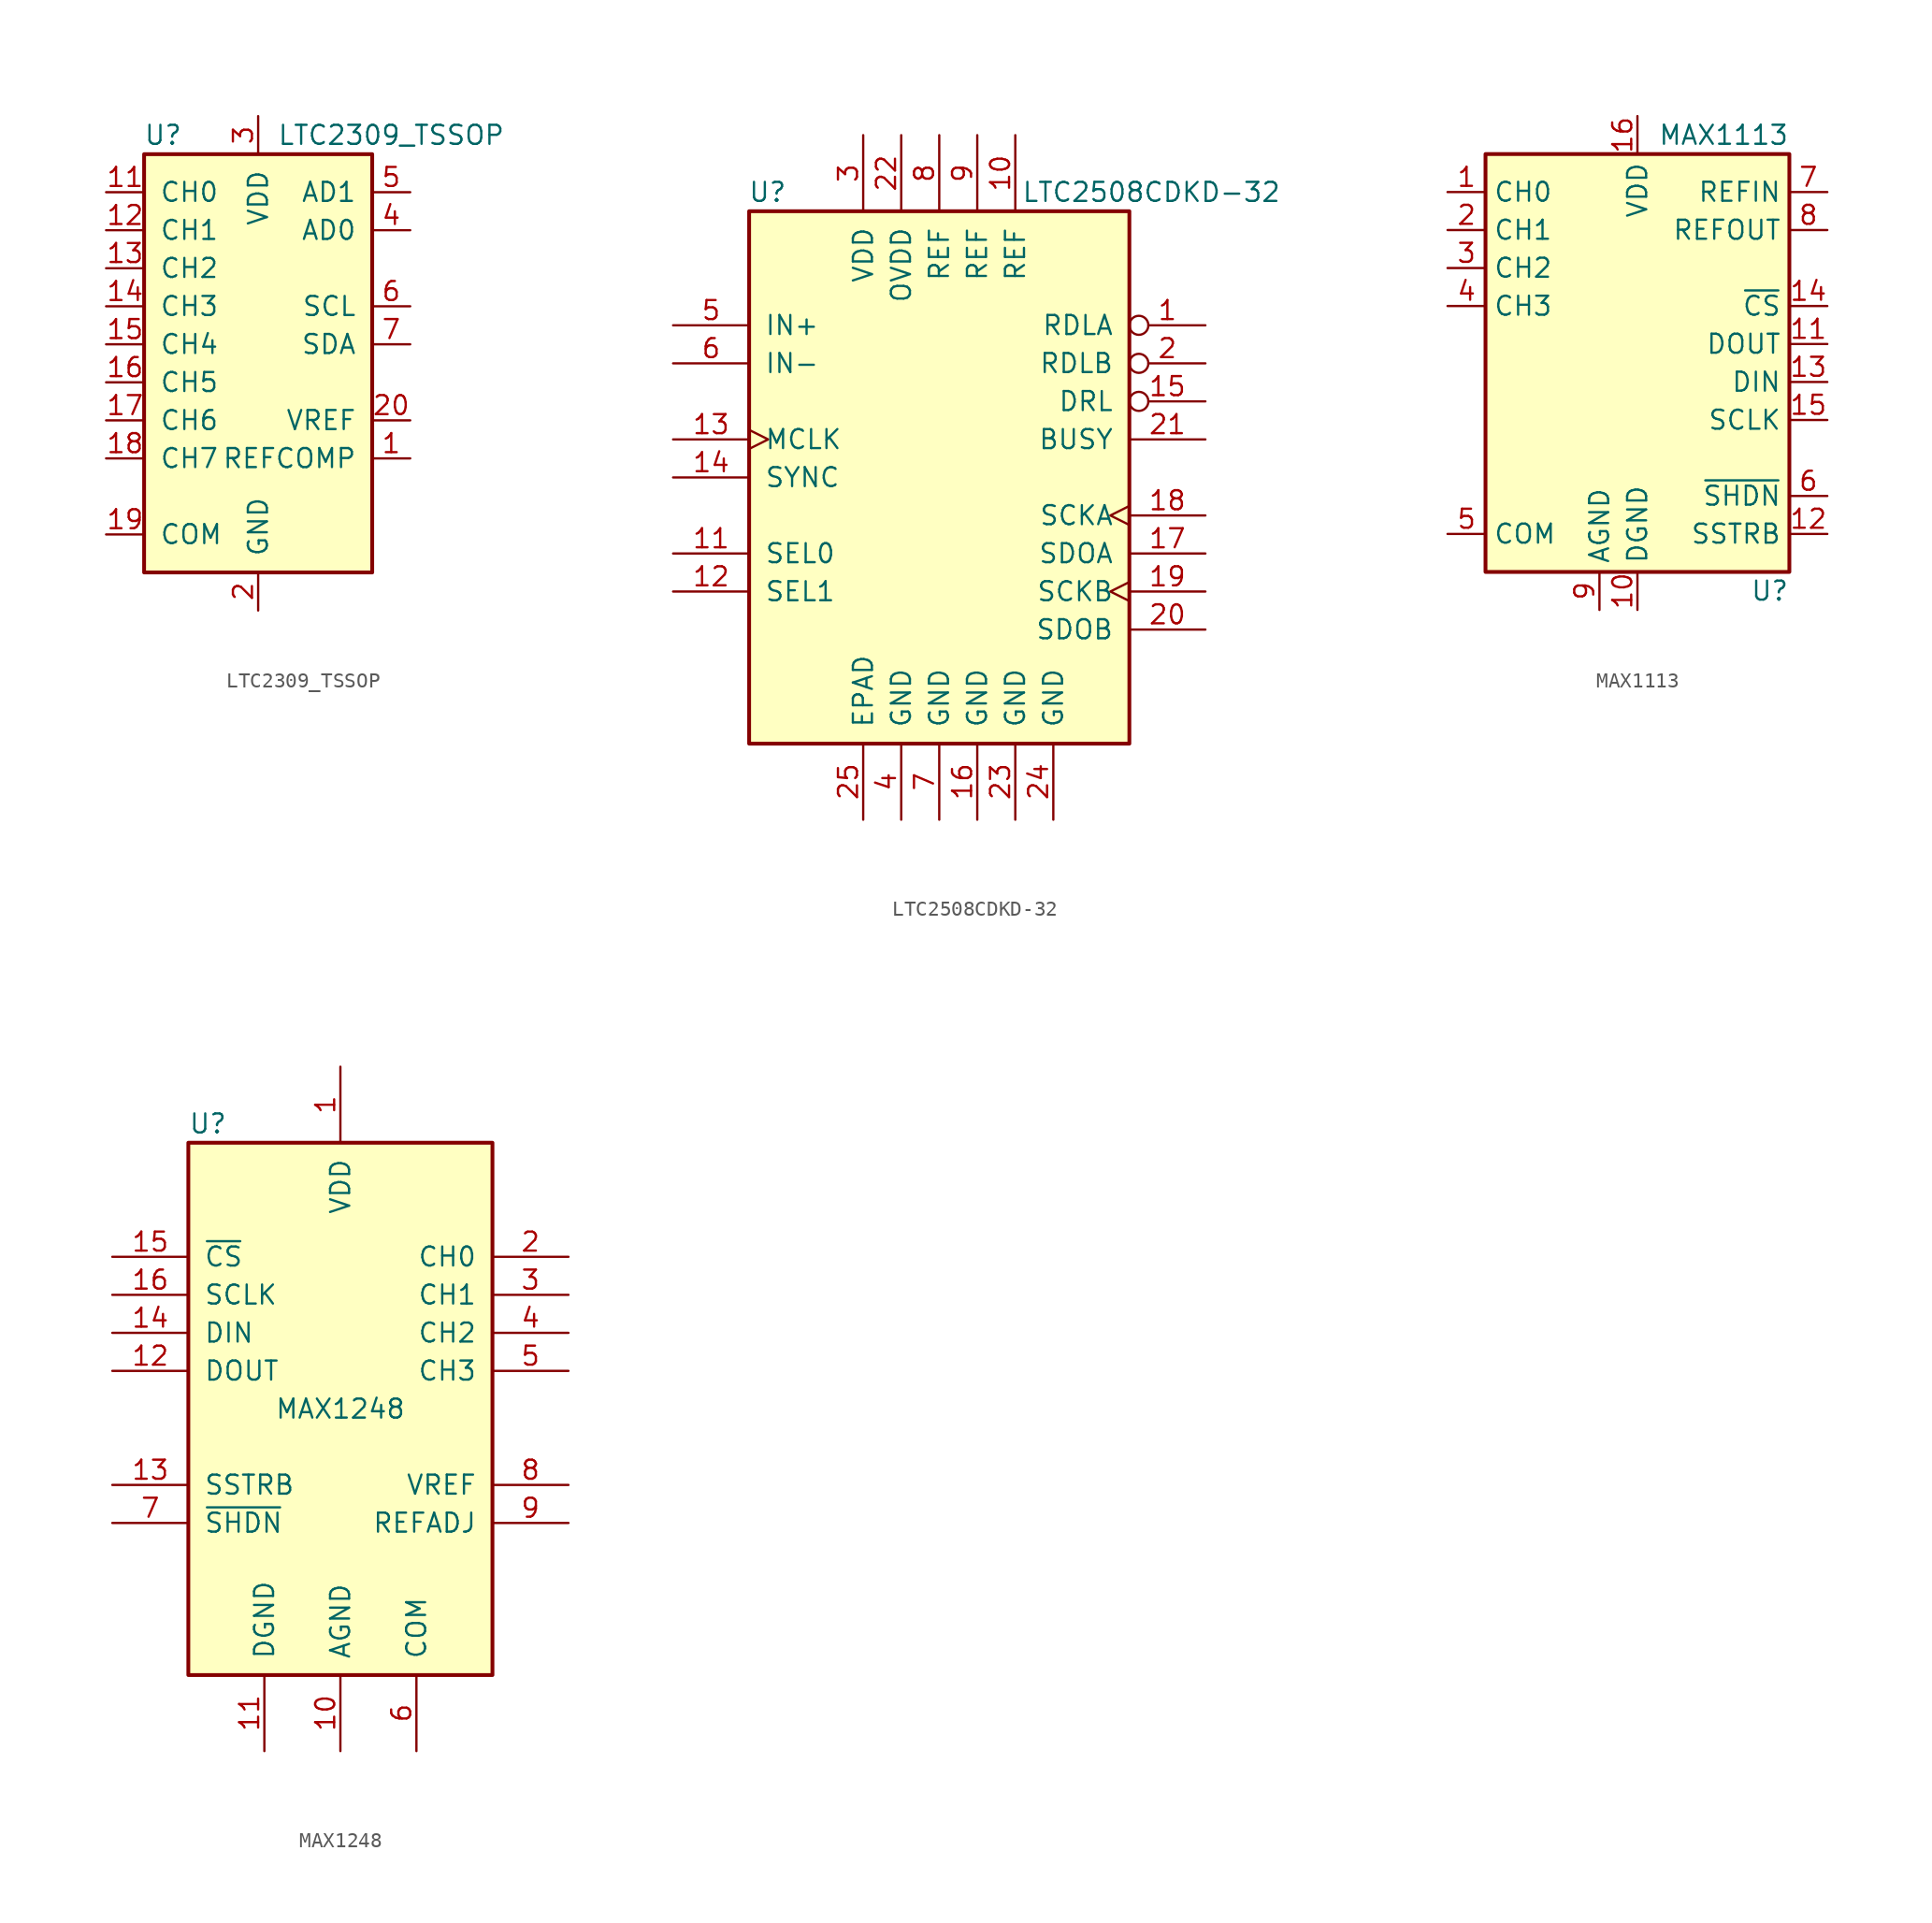
<source format=kicad_sym>
(kicad_symbol_lib
  (version 20201005)
  (generator kicad_symbol_editor)
  (symbol "LTC2309_TSSOP"
    (pin_names
      (offset 1.016))
    (property "Reference" "U"
      (at -6.35 13.97 0)
      (effects (font (size 1.27 1.27))))
    (property "Value" "LTC2309_TSSOP"
      (at 8.89 13.97 0)
      (effects (font (size 1.27 1.27))))
    (symbol "LTC2309_TSSOP_0_1"
      (rectangle (start -7.62 12.7) (end 7.62 -15.24) (stroke (width 0.254)) (fill (type background)))
      (pin input line (at -10.16 -2.54 0) (length 2.54) (name "CH5" (effects (font (size 1.27 1.27)))) (number "16" (effects (font (size 1.27 1.27))))))
    (symbol "LTC2309_TSSOP_1_1"
      (pin input line (at 10.16 -7.62 180) (length 2.54) (name "REFCOMP" (effects (font (size 1.27 1.27)))) (number "1" (effects (font (size 1.27 1.27)))))
      (pin passive line (at 0 15.24 270) (length 2.54) hide (name "VDD" (effects (font (size 1.27 1.27)))) (number "10" (effects (font (size 1.27 1.27)))))
      (pin input line (at -10.16 10.16 0) (length 2.54) (name "CH0" (effects (font (size 1.27 1.27)))) (number "11" (effects (font (size 1.27 1.27)))))
      (pin input line (at -10.16 7.62 0) (length 2.54) (name "CH1" (effects (font (size 1.27 1.27)))) (number "12" (effects (font (size 1.27 1.27)))))
      (pin input line (at -10.16 5.08 0) (length 2.54) (name "CH2" (effects (font (size 1.27 1.27)))) (number "13" (effects (font (size 1.27 1.27)))))
      (pin input line (at -10.16 2.54 0) (length 2.54) (name "CH3" (effects (font (size 1.27 1.27)))) (number "14" (effects (font (size 1.27 1.27)))))
      (pin input line (at -10.16 0 0) (length 2.54) (name "CH4" (effects (font (size 1.27 1.27)))) (number "15" (effects (font (size 1.27 1.27)))))
      (pin input line (at -10.16 -5.08 0) (length 2.54) (name "CH6" (effects (font (size 1.27 1.27)))) (number "17" (effects (font (size 1.27 1.27)))))
      (pin input line (at -10.16 -7.62 0) (length 2.54) (name "CH7" (effects (font (size 1.27 1.27)))) (number "18" (effects (font (size 1.27 1.27)))))
      (pin input line (at -10.16 -12.7 0) (length 2.54) (name "COM" (effects (font (size 1.27 1.27)))) (number "19" (effects (font (size 1.27 1.27)))))
      (pin power_in line (at 0 -17.78 90) (length 2.54) (name "GND" (effects (font (size 1.27 1.27)))) (number "2" (effects (font (size 1.27 1.27)))))
      (pin input line (at 10.16 -5.08 180) (length 2.54) (name "VREF" (effects (font (size 1.27 1.27)))) (number "20" (effects (font (size 1.27 1.27)))))
      (pin power_in line (at 0 15.24 270) (length 2.54) (name "VDD" (effects (font (size 1.27 1.27)))) (number "3" (effects (font (size 1.27 1.27)))))
      (pin input line (at 10.16 7.62 180) (length 2.54) (name "AD0" (effects (font (size 1.27 1.27)))) (number "4" (effects (font (size 1.27 1.27)))))
      (pin input line (at 10.16 10.16 180) (length 2.54) (name "AD1" (effects (font (size 1.27 1.27)))) (number "5" (effects (font (size 1.27 1.27)))))
      (pin input line (at 10.16 2.54 180) (length 2.54) (name "SCL" (effects (font (size 1.27 1.27)))) (number "6" (effects (font (size 1.27 1.27)))))
      (pin bidirectional line (at 10.16 0 180) (length 2.54) (name "SDA" (effects (font (size 1.27 1.27)))) (number "7" (effects (font (size 1.27 1.27)))))
      (pin passive line (at 0 -17.78 90) (length 2.54) hide (name "GND" (effects (font (size 1.27 1.27)))) (number "8" (effects (font (size 1.27 1.27)))))
      (pin passive line (at 0 -17.78 90) (length 2.54) hide (name "GND" (effects (font (size 1.27 1.27)))) (number "9" (effects (font (size 1.27 1.27)))))))
  (symbol "LTC2508CDKD-32"
    (pin_names
      (offset 1.016))
    (property "Reference" "U"
      (at -10.16 19.05 0)
      (effects (font (size 1.27 1.27)) (justify right)))
    (property "Value" "LTC2508CDKD-32"
      (at 22.86 19.05 0)
      (effects (font (size 1.27 1.27)) (justify right)))
    (symbol "LTC2508CDKD-32_0_1"
      (rectangle (start -12.7 17.78) (end 12.7 -17.78) (stroke (width 0.254)) (fill (type background))))
    (symbol "LTC2508CDKD-32_1_1"
      (pin input inverted (at 17.78 10.16 180) (length 5.08) (name "RDLA" (effects (font (size 1.27 1.27)))) (number "1" (effects (font (size 1.27 1.27)))))
      (pin passive line (at 5.08 22.86 270) (length 5.08) (name "REF" (effects (font (size 1.27 1.27)))) (number "10" (effects (font (size 1.27 1.27)))))
      (pin input line (at -17.78 -5.08 0) (length 5.08) (name "SEL0" (effects (font (size 1.27 1.27)))) (number "11" (effects (font (size 1.27 1.27)))))
      (pin input line (at -17.78 -7.62 0) (length 5.08) (name "SEL1" (effects (font (size 1.27 1.27)))) (number "12" (effects (font (size 1.27 1.27)))))
      (pin input clock (at -17.78 2.54 0) (length 5.08) (name "MCLK" (effects (font (size 1.27 1.27)))) (number "13" (effects (font (size 1.27 1.27)))))
      (pin input line (at -17.78 0 0) (length 5.08) (name "SYNC" (effects (font (size 1.27 1.27)))) (number "14" (effects (font (size 1.27 1.27)))))
      (pin output inverted (at 17.78 5.08 180) (length 5.08) (name "DRL" (effects (font (size 1.27 1.27)))) (number "15" (effects (font (size 1.27 1.27)))))
      (pin power_in line (at 2.54 -22.86 90) (length 5.08) (name "GND" (effects (font (size 1.27 1.27)))) (number "16" (effects (font (size 1.27 1.27)))))
      (pin tri_state line (at 17.78 -5.08 180) (length 5.08) (name "SDOA" (effects (font (size 1.27 1.27)))) (number "17" (effects (font (size 1.27 1.27)))))
      (pin input clock (at 17.78 -2.54 180) (length 5.08) (name "SCKA" (effects (font (size 1.27 1.27)))) (number "18" (effects (font (size 1.27 1.27)))))
      (pin input clock (at 17.78 -7.62 180) (length 5.08) (name "SCKB" (effects (font (size 1.27 1.27)))) (number "19" (effects (font (size 1.27 1.27)))))
      (pin input inverted (at 17.78 7.62 180) (length 5.08) (name "RDLB" (effects (font (size 1.27 1.27)))) (number "2" (effects (font (size 1.27 1.27)))))
      (pin tri_state line (at 17.78 -10.16 180) (length 5.08) (name "SDOB" (effects (font (size 1.27 1.27)))) (number "20" (effects (font (size 1.27 1.27)))))
      (pin output line (at 17.78 2.54 180) (length 5.08) (name "BUSY" (effects (font (size 1.27 1.27)))) (number "21" (effects (font (size 1.27 1.27)))))
      (pin power_in line (at -2.54 22.86 270) (length 5.08) (name "OVDD" (effects (font (size 1.27 1.27)))) (number "22" (effects (font (size 1.27 1.27)))))
      (pin power_in line (at 5.08 -22.86 90) (length 5.08) (name "GND" (effects (font (size 1.27 1.27)))) (number "23" (effects (font (size 1.27 1.27)))))
      (pin power_in line (at 7.62 -22.86 90) (length 5.08) (name "GND" (effects (font (size 1.27 1.27)))) (number "24" (effects (font (size 1.27 1.27)))))
      (pin power_in line (at -5.08 -22.86 90) (length 5.08) (name "EPAD" (effects (font (size 1.27 1.27)))) (number "25" (effects (font (size 1.27 1.27)))))
      (pin power_in line (at -5.08 22.86 270) (length 5.08) (name "VDD" (effects (font (size 1.27 1.27)))) (number "3" (effects (font (size 1.27 1.27)))))
      (pin power_in line (at -2.54 -22.86 90) (length 5.08) (name "GND" (effects (font (size 1.27 1.27)))) (number "4" (effects (font (size 1.27 1.27)))))
      (pin input line (at -17.78 10.16 0) (length 5.08) (name "IN+" (effects (font (size 1.27 1.27)))) (number "5" (effects (font (size 1.27 1.27)))))
      (pin input line (at -17.78 7.62 0) (length 5.08) (name "IN-" (effects (font (size 1.27 1.27)))) (number "6" (effects (font (size 1.27 1.27)))))
      (pin power_in line (at 0 -22.86 90) (length 5.08) (name "GND" (effects (font (size 1.27 1.27)))) (number "7" (effects (font (size 1.27 1.27)))))
      (pin passive line (at 0 22.86 270) (length 5.08) (name "REF" (effects (font (size 1.27 1.27)))) (number "8" (effects (font (size 1.27 1.27)))))
      (pin passive line (at 2.54 22.86 270) (length 5.08) (name "REF" (effects (font (size 1.27 1.27)))) (number "9" (effects (font (size 1.27 1.27)))))))
  (symbol "MAX1113"
    (property "Reference" "U"
      (at 10.16 -13.97 0)
      (effects (font (size 1.27 1.27)) (justify right)))
    (property "Value" "MAX1113"
      (at 10.16 16.51 0)
      (effects (font (size 1.27 1.27)) (justify right)))
    (symbol "MAX1113_0_1"
      (rectangle (start 10.16 15.24) (end -10.16 -12.7) (stroke (width 0.254)) (fill (type background))))
    (symbol "MAX1113_1_1"
      (pin input line (at -12.7 12.7 0) (length 2.54) (name "CH0" (effects (font (size 1.27 1.27)))) (number "1" (effects (font (size 1.27 1.27)))))
      (pin power_in line (at 0 -15.24 90) (length 2.54) (name "DGND" (effects (font (size 1.27 1.27)))) (number "10" (effects (font (size 1.27 1.27)))))
      (pin output line (at 12.7 2.54 180) (length 2.54) (name "DOUT" (effects (font (size 1.27 1.27)))) (number "11" (effects (font (size 1.27 1.27)))))
      (pin output line (at 12.7 -10.16 180) (length 2.54) (name "SSTRB" (effects (font (size 1.27 1.27)))) (number "12" (effects (font (size 1.27 1.27)))))
      (pin input line (at 12.7 0 180) (length 2.54) (name "DIN" (effects (font (size 1.27 1.27)))) (number "13" (effects (font (size 1.27 1.27)))))
      (pin input line (at 12.7 5.08 180) (length 2.54) (name "~CS" (effects (font (size 1.27 1.27)))) (number "14" (effects (font (size 1.27 1.27)))))
      (pin input line (at 12.7 -2.54 180) (length 2.54) (name "SCLK" (effects (font (size 1.27 1.27)))) (number "15" (effects (font (size 1.27 1.27)))))
      (pin power_in line (at 0 17.78 270) (length 2.54) (name "VDD" (effects (font (size 1.27 1.27)))) (number "16" (effects (font (size 1.27 1.27)))))
      (pin input line (at -12.7 10.16 0) (length 2.54) (name "CH1" (effects (font (size 1.27 1.27)))) (number "2" (effects (font (size 1.27 1.27)))))
      (pin input line (at -12.7 7.62 0) (length 2.54) (name "CH2" (effects (font (size 1.27 1.27)))) (number "3" (effects (font (size 1.27 1.27)))))
      (pin input line (at -12.7 5.08 0) (length 2.54) (name "CH3" (effects (font (size 1.27 1.27)))) (number "4" (effects (font (size 1.27 1.27)))))
      (pin power_in line (at -12.7 -10.16 0) (length 2.54) (name "COM" (effects (font (size 1.27 1.27)))) (number "5" (effects (font (size 1.27 1.27)))))
      (pin input line (at 12.7 -7.62 180) (length 2.54) (name "~SHDN" (effects (font (size 1.27 1.27)))) (number "6" (effects (font (size 1.27 1.27)))))
      (pin power_in line (at 12.7 12.7 180) (length 2.54) (name "REFIN" (effects (font (size 1.27 1.27)))) (number "7" (effects (font (size 1.27 1.27)))))
      (pin power_out line (at 12.7 10.16 180) (length 2.54) (name "REFOUT" (effects (font (size 1.27 1.27)))) (number "8" (effects (font (size 1.27 1.27)))))
      (pin power_in line (at -2.54 -15.24 90) (length 2.54) (name "AGND" (effects (font (size 1.27 1.27)))) (number "9" (effects (font (size 1.27 1.27)))))))
  (symbol "MAX1248"
    (pin_names
      (offset 1.016))
    (property "Reference" "U"
      (at -10.16 19.05 0)
      (effects (font (size 1.27 1.27)) (justify left)))
    (property "Value" "MAX1248"
      (at 0 0 0)
      (effects (font (size 1.27 1.27))))
    (symbol "MAX1248_0_1"
      (rectangle (start -10.16 17.78) (end 10.16 -17.78) (stroke (width 0.254)) (fill (type background))))
    (symbol "MAX1248_1_1"
      (pin power_in line (at 0 22.86 270) (length 5.08) (name "VDD" (effects (font (size 1.27 1.27)))) (number "1" (effects (font (size 1.27 1.27)))))
      (pin power_in line (at 0 -22.86 90) (length 5.08) (name "AGND" (effects (font (size 1.27 1.27)))) (number "10" (effects (font (size 1.27 1.27)))))
      (pin power_in line (at -5.08 -22.86 90) (length 5.08) (name "DGND" (effects (font (size 1.27 1.27)))) (number "11" (effects (font (size 1.27 1.27)))))
      (pin output line (at -15.24 2.54 0) (length 5.08) (name "DOUT" (effects (font (size 1.27 1.27)))) (number "12" (effects (font (size 1.27 1.27)))))
      (pin output line (at -15.24 -5.08 0) (length 5.08) (name "SSTRB" (effects (font (size 1.27 1.27)))) (number "13" (effects (font (size 1.27 1.27)))))
      (pin input line (at -15.24 5.08 0) (length 5.08) (name "DIN" (effects (font (size 1.27 1.27)))) (number "14" (effects (font (size 1.27 1.27)))))
      (pin input line (at -15.24 10.16 0) (length 5.08) (name "~CS" (effects (font (size 1.27 1.27)))) (number "15" (effects (font (size 1.27 1.27)))))
      (pin input line (at -15.24 7.62 0) (length 5.08) (name "SCLK" (effects (font (size 1.27 1.27)))) (number "16" (effects (font (size 1.27 1.27)))))
      (pin input line (at 15.24 10.16 180) (length 5.08) (name "CH0" (effects (font (size 1.27 1.27)))) (number "2" (effects (font (size 1.27 1.27)))))
      (pin input line (at 15.24 7.62 180) (length 5.08) (name "CH1" (effects (font (size 1.27 1.27)))) (number "3" (effects (font (size 1.27 1.27)))))
      (pin input line (at 15.24 5.08 180) (length 5.08) (name "CH2" (effects (font (size 1.27 1.27)))) (number "4" (effects (font (size 1.27 1.27)))))
      (pin input line (at 15.24 2.54 180) (length 5.08) (name "CH3" (effects (font (size 1.27 1.27)))) (number "5" (effects (font (size 1.27 1.27)))))
      (pin power_in line (at 5.08 -22.86 90) (length 5.08) (name "COM" (effects (font (size 1.27 1.27)))) (number "6" (effects (font (size 1.27 1.27)))))
      (pin tri_state line (at -15.24 -7.62 0) (length 5.08) (name "~SHDN" (effects (font (size 1.27 1.27)))) (number "7" (effects (font (size 1.27 1.27)))))
      (pin power_in line (at 15.24 -5.08 180) (length 5.08) (name "VREF" (effects (font (size 1.27 1.27)))) (number "8" (effects (font (size 1.27 1.27)))))
      (pin input line (at 15.24 -7.62 180) (length 5.08) (name "REFADJ" (effects (font (size 1.27 1.27)))) (number "9" (effects (font (size 1.27 1.27))))))))
</source>
